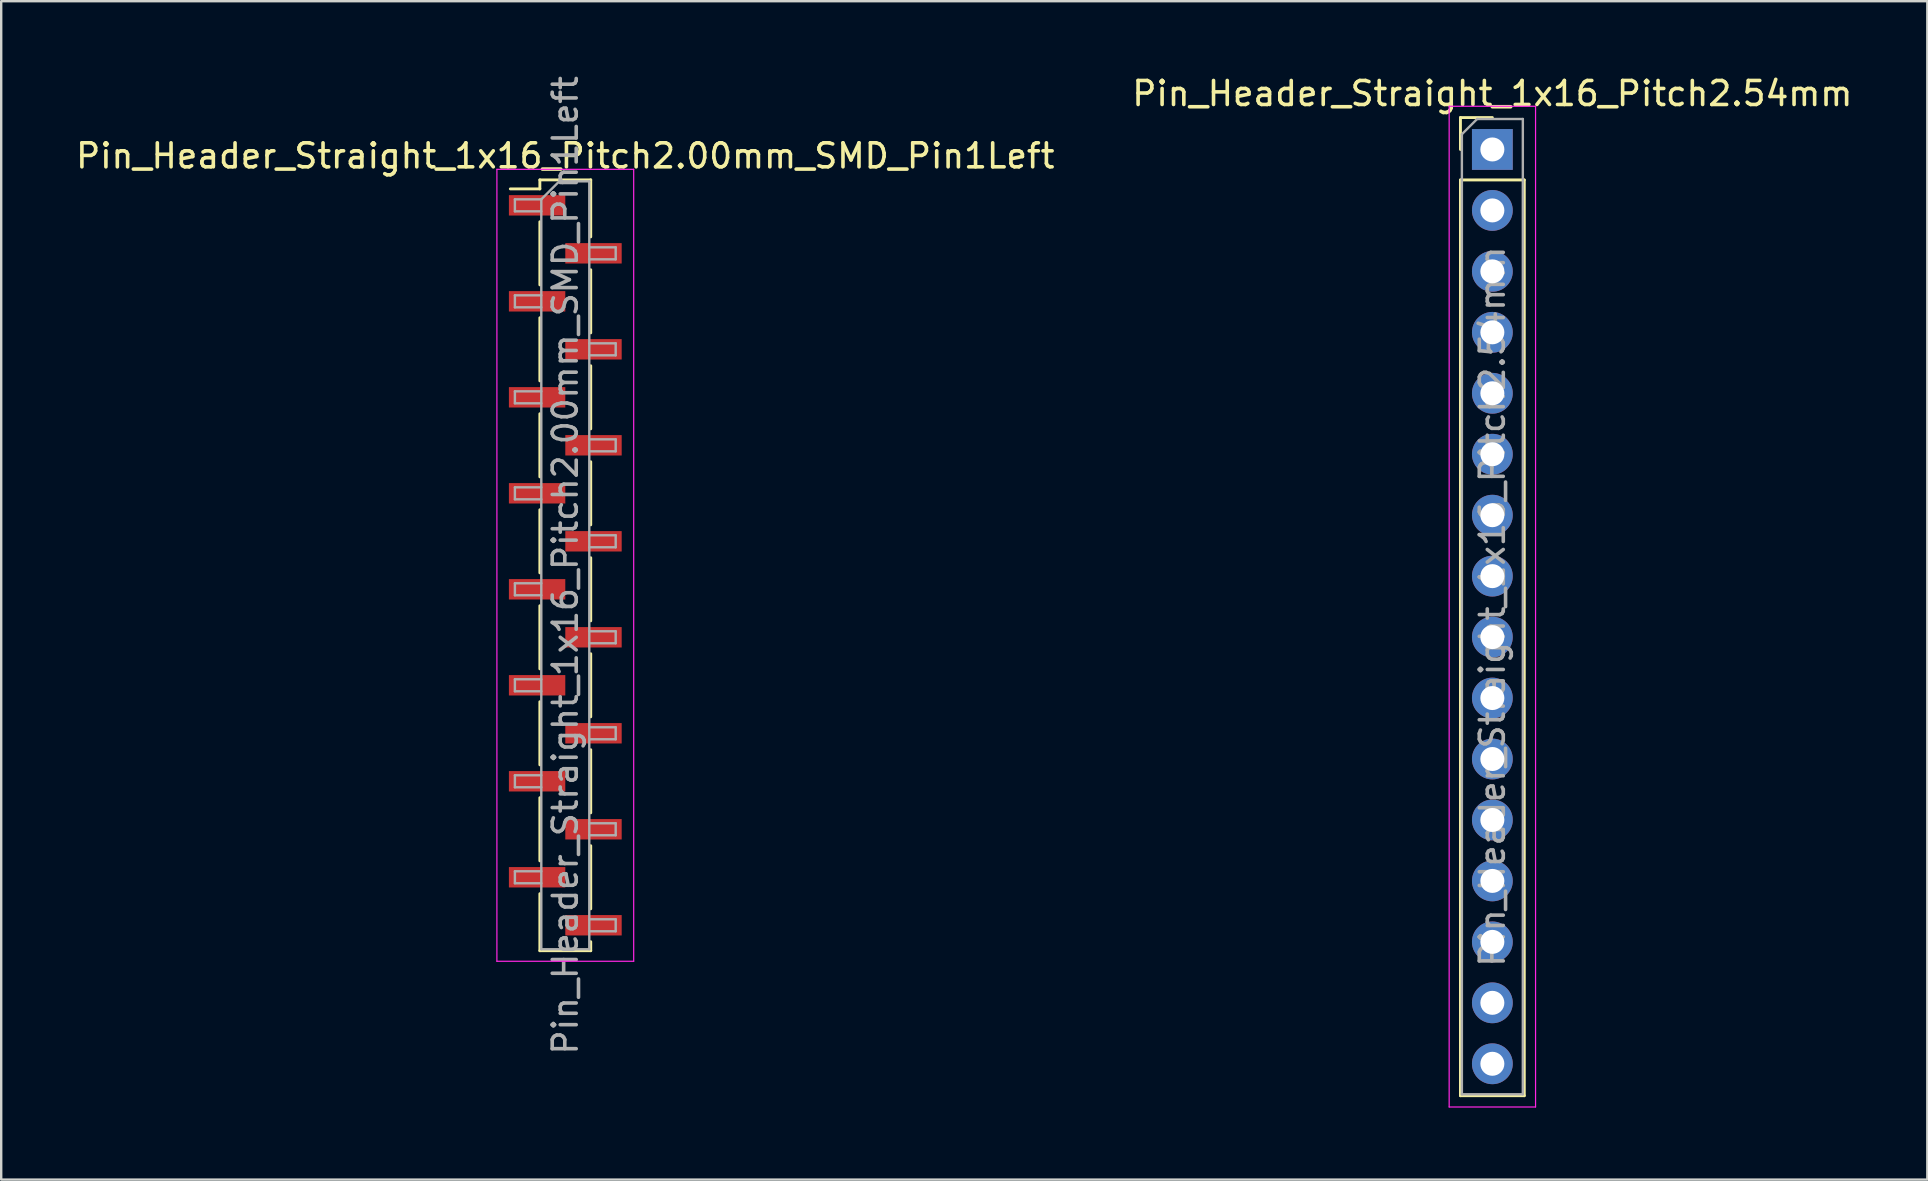
<source format=kicad_pcb>
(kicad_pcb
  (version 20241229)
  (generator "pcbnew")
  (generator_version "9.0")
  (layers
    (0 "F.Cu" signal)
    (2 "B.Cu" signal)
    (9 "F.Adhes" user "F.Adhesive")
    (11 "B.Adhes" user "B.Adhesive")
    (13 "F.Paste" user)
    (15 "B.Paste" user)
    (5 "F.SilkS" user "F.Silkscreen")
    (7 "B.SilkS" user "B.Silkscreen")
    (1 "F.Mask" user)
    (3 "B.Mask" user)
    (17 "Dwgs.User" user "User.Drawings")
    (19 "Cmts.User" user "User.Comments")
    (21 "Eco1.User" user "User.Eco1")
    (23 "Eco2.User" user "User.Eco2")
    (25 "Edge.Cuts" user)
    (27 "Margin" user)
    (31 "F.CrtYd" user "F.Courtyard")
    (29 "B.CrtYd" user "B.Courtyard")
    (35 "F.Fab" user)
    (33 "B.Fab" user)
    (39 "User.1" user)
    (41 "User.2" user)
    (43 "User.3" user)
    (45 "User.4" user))
  (footprint "Pin_Header_Straight_1x16_Pitch2.54mm"
    (layer "F.Cu")
    (at 59.137 3.178)
    (property "Reference" "Pin_Header_Straight_1x16_Pitch2.54mm" (at 0 -2.33 0) (layer "F.SilkS") (effects (font (size 1 1) (thickness 0.15))))
    (attr through_hole)
    (fp_line (start -1.33 -1.33) (end 0 -1.33) (stroke (width 0.12) (type solid)) (layer "F.SilkS"))
    (fp_line (start -1.33 0) (end -1.33 -1.33) (stroke (width 0.12) (type solid)) (layer "F.SilkS"))
    (fp_line (start -1.33 1.27) (end -1.33 39.43) (stroke (width 0.12) (type solid)) (layer "F.SilkS"))
    (fp_line (start -1.33 1.27) (end 1.33 1.27) (stroke (width 0.12) (type solid)) (layer "F.SilkS"))
    (fp_line (start -1.33 39.43) (end 1.33 39.43) (stroke (width 0.12) (type solid)) (layer "F.SilkS"))
    (fp_line (start 1.33 1.27) (end 1.33 39.43) (stroke (width 0.12) (type solid)) (layer "F.SilkS"))
    (fp_line (start -1.8 -1.8) (end -1.8 39.9) (stroke (width 0.05) (type solid)) (layer "F.CrtYd"))
    (fp_line (start -1.8 39.9) (end 1.8 39.9) (stroke (width 0.05) (type solid)) (layer "F.CrtYd"))
    (fp_line (start 1.8 -1.8) (end -1.8 -1.8) (stroke (width 0.05) (type solid)) (layer "F.CrtYd"))
    (fp_line (start 1.8 39.9) (end 1.8 -1.8) (stroke (width 0.05) (type solid)) (layer "F.CrtYd"))
    (fp_line (start -1.27 -0.635) (end -0.635 -1.27) (stroke (width 0.1) (type solid)) (layer "F.Fab"))
    (fp_line (start -1.27 39.37) (end -1.27 -0.635) (stroke (width 0.1) (type solid)) (layer "F.Fab"))
    (fp_line (start -0.635 -1.27) (end 1.27 -1.27) (stroke (width 0.1) (type solid)) (layer "F.Fab"))
    (fp_line (start 1.27 -1.27) (end 1.27 39.37) (stroke (width 0.1) (type solid)) (layer "F.Fab"))
    (fp_line (start 1.27 39.37) (end -1.27 39.37) (stroke (width 0.1) (type solid)) (layer "F.Fab"))
    (fp_text user "${REFERENCE}" (at 0 19.05 90) (layer "F.Fab") (effects (font (size 1 1) (thickness 0.15))))
    (pad "1" thru_hole rect (at 0 0) (size 1.7 1.7) (drill 1) (layers "*.Cu" "*.Mask"))
    (pad "2" thru_hole oval (at 0 2.54) (size 1.7 1.7) (drill 1) (layers "*.Cu" "*.Mask"))
    (pad "3" thru_hole oval (at 0 5.08) (size 1.7 1.7) (drill 1) (layers "*.Cu" "*.Mask"))
    (pad "4" thru_hole oval (at 0 7.62) (size 1.7 1.7) (drill 1) (layers "*.Cu" "*.Mask"))
    (pad "5" thru_hole oval (at 0 10.16) (size 1.7 1.7) (drill 1) (layers "*.Cu" "*.Mask"))
    (pad "6" thru_hole oval (at 0 12.7) (size 1.7 1.7) (drill 1) (layers "*.Cu" "*.Mask"))
    (pad "7" thru_hole oval (at 0 15.24) (size 1.7 1.7) (drill 1) (layers "*.Cu" "*.Mask"))
    (pad "8" thru_hole oval (at 0 17.78) (size 1.7 1.7) (drill 1) (layers "*.Cu" "*.Mask"))
    (pad "9" thru_hole oval (at 0 20.32) (size 1.7 1.7) (drill 1) (layers "*.Cu" "*.Mask"))
    (pad "10" thru_hole oval (at 0 22.86) (size 1.7 1.7) (drill 1) (layers "*.Cu" "*.Mask"))
    (pad "11" thru_hole oval (at 0 25.4) (size 1.7 1.7) (drill 1) (layers "*.Cu" "*.Mask"))
    (pad "12" thru_hole oval (at 0 27.94) (size 1.7 1.7) (drill 1) (layers "*.Cu" "*.Mask"))
    (pad "13" thru_hole oval (at 0 30.48) (size 1.7 1.7) (drill 1) (layers "*.Cu" "*.Mask"))
    (pad "14" thru_hole oval (at 0 33.02) (size 1.7 1.7) (drill 1) (layers "*.Cu" "*.Mask"))
    (pad "15" thru_hole oval (at 0 35.56) (size 1.7 1.7) (drill 1) (layers "*.Cu" "*.Mask"))
    (pad "16" thru_hole oval (at 0 38.1) (size 1.7 1.7) (drill 1) (layers "*.Cu" "*.Mask")))
  (footprint "Pin_Header_Straight_1x16_Pitch2.00mm_SMD_Pin1Left"
    (layer "F.Cu")
    (at 20.506 20.506)
    (property "Reference" "Pin_Header_Straight_1x16_Pitch2.00mm_SMD_Pin1Left" (at 0 -17.06 0) (layer "F.SilkS") (effects (font (size 1 1) (thickness 0.15))))
    (attr smd)
    (fp_line (start -1.06 -16.06) (end -1.06 -15.685) (stroke (width 0.12) (type solid)) (layer "F.SilkS"))
    (fp_line (start -1.06 -16.06) (end 1.06 -16.06) (stroke (width 0.12) (type solid)) (layer "F.SilkS"))
    (fp_line (start -1.06 -15.685) (end -2.29 -15.685) (stroke (width 0.12) (type solid)) (layer "F.SilkS"))
    (fp_line (start -1.06 -14.315) (end -1.06 -11.685) (stroke (width 0.12) (type solid)) (layer "F.SilkS"))
    (fp_line (start -1.06 -10.315) (end -1.06 -7.685) (stroke (width 0.12) (type solid)) (layer "F.SilkS"))
    (fp_line (start -1.06 -6.315) (end -1.06 -3.685) (stroke (width 0.12) (type solid)) (layer "F.SilkS"))
    (fp_line (start -1.06 -2.315) (end -1.06 0.315) (stroke (width 0.12) (type solid)) (layer "F.SilkS"))
    (fp_line (start -1.06 1.685) (end -1.06 4.315) (stroke (width 0.12) (type solid)) (layer "F.SilkS"))
    (fp_line (start -1.06 5.685) (end -1.06 8.315) (stroke (width 0.12) (type solid)) (layer "F.SilkS"))
    (fp_line (start -1.06 9.685) (end -1.06 12.315) (stroke (width 0.12) (type solid)) (layer "F.SilkS"))
    (fp_line (start -1.06 13.685) (end -1.06 16.06) (stroke (width 0.12) (type solid)) (layer "F.SilkS"))
    (fp_line (start -1.06 16.06) (end 1.06 16.06) (stroke (width 0.12) (type solid)) (layer "F.SilkS"))
    (fp_line (start 1.06 -16.06) (end 1.06 -13.685) (stroke (width 0.12) (type solid)) (layer "F.SilkS"))
    (fp_line (start 1.06 -12.315) (end 1.06 -9.685) (stroke (width 0.12) (type solid)) (layer "F.SilkS"))
    (fp_line (start 1.06 -8.315) (end 1.06 -5.685) (stroke (width 0.12) (type solid)) (layer "F.SilkS"))
    (fp_line (start 1.06 -4.315) (end 1.06 -1.685) (stroke (width 0.12) (type solid)) (layer "F.SilkS"))
    (fp_line (start 1.06 -0.315) (end 1.06 2.315) (stroke (width 0.12) (type solid)) (layer "F.SilkS"))
    (fp_line (start 1.06 3.685) (end 1.06 6.315) (stroke (width 0.12) (type solid)) (layer "F.SilkS"))
    (fp_line (start 1.06 7.685) (end 1.06 10.315) (stroke (width 0.12) (type solid)) (layer "F.SilkS"))
    (fp_line (start 1.06 11.685) (end 1.06 14.315) (stroke (width 0.12) (type solid)) (layer "F.SilkS"))
    (fp_line (start 1.06 15.685) (end 1.06 16.06) (stroke (width 0.12) (type solid)) (layer "F.SilkS"))
    (fp_line (start -2.85 -16.5) (end -2.85 16.5) (stroke (width 0.05) (type solid)) (layer "F.CrtYd"))
    (fp_line (start -2.85 16.5) (end 2.85 16.5) (stroke (width 0.05) (type solid)) (layer "F.CrtYd"))
    (fp_line (start 2.85 -16.5) (end -2.85 -16.5) (stroke (width 0.05) (type solid)) (layer "F.CrtYd"))
    (fp_line (start 2.85 16.5) (end 2.85 -16.5) (stroke (width 0.05) (type solid)) (layer "F.CrtYd"))
    (fp_line (start -2.1 -15.25) (end -2.1 -14.75) (stroke (width 0.1) (type solid)) (layer "F.Fab"))
    (fp_line (start -2.1 -14.75) (end -1 -14.75) (stroke (width 0.1) (type solid)) (layer "F.Fab"))
    (fp_line (start -2.1 -11.25) (end -2.1 -10.75) (stroke (width 0.1) (type solid)) (layer "F.Fab"))
    (fp_line (start -2.1 -10.75) (end -1 -10.75) (stroke (width 0.1) (type solid)) (layer "F.Fab"))
    (fp_line (start -2.1 -7.25) (end -2.1 -6.75) (stroke (width 0.1) (type solid)) (layer "F.Fab"))
    (fp_line (start -2.1 -6.75) (end -1 -6.75) (stroke (width 0.1) (type solid)) (layer "F.Fab"))
    (fp_line (start -2.1 -3.25) (end -2.1 -2.75) (stroke (width 0.1) (type solid)) (layer "F.Fab"))
    (fp_line (start -2.1 -2.75) (end -1 -2.75) (stroke (width 0.1) (type solid)) (layer "F.Fab"))
    (fp_line (start -2.1 0.75) (end -2.1 1.25) (stroke (width 0.1) (type solid)) (layer "F.Fab"))
    (fp_line (start -2.1 1.25) (end -1 1.25) (stroke (width 0.1) (type solid)) (layer "F.Fab"))
    (fp_line (start -2.1 4.75) (end -2.1 5.25) (stroke (width 0.1) (type solid)) (layer "F.Fab"))
    (fp_line (start -2.1 5.25) (end -1 5.25) (stroke (width 0.1) (type solid)) (layer "F.Fab"))
    (fp_line (start -2.1 8.75) (end -2.1 9.25) (stroke (width 0.1) (type solid)) (layer "F.Fab"))
    (fp_line (start -2.1 9.25) (end -1 9.25) (stroke (width 0.1) (type solid)) (layer "F.Fab"))
    (fp_line (start -2.1 12.75) (end -2.1 13.25) (stroke (width 0.1) (type solid)) (layer "F.Fab"))
    (fp_line (start -2.1 13.25) (end -1 13.25) (stroke (width 0.1) (type solid)) (layer "F.Fab"))
    (fp_line (start -1 -15.25) (end -2.1 -15.25) (stroke (width 0.1) (type solid)) (layer "F.Fab"))
    (fp_line (start -1 -15.25) (end -0.25 -16) (stroke (width 0.1) (type solid)) (layer "F.Fab"))
    (fp_line (start -1 -11.25) (end -2.1 -11.25) (stroke (width 0.1) (type solid)) (layer "F.Fab"))
    (fp_line (start -1 -7.25) (end -2.1 -7.25) (stroke (width 0.1) (type solid)) (layer "F.Fab"))
    (fp_line (start -1 -3.25) (end -2.1 -3.25) (stroke (width 0.1) (type solid)) (layer "F.Fab"))
    (fp_line (start -1 0.75) (end -2.1 0.75) (stroke (width 0.1) (type solid)) (layer "F.Fab"))
    (fp_line (start -1 4.75) (end -2.1 4.75) (stroke (width 0.1) (type solid)) (layer "F.Fab"))
    (fp_line (start -1 8.75) (end -2.1 8.75) (stroke (width 0.1) (type solid)) (layer "F.Fab"))
    (fp_line (start -1 12.75) (end -2.1 12.75) (stroke (width 0.1) (type solid)) (layer "F.Fab"))
    (fp_line (start -1 16) (end -1 -15.25) (stroke (width 0.1) (type solid)) (layer "F.Fab"))
    (fp_line (start -0.25 -16) (end 1 -16) (stroke (width 0.1) (type solid)) (layer "F.Fab"))
    (fp_line (start 1 -16) (end 1 16) (stroke (width 0.1) (type solid)) (layer "F.Fab"))
    (fp_line (start 1 -13.25) (end 2.1 -13.25) (stroke (width 0.1) (type solid)) (layer "F.Fab"))
    (fp_line (start 1 -9.25) (end 2.1 -9.25) (stroke (width 0.1) (type solid)) (layer "F.Fab"))
    (fp_line (start 1 -5.25) (end 2.1 -5.25) (stroke (width 0.1) (type solid)) (layer "F.Fab"))
    (fp_line (start 1 -1.25) (end 2.1 -1.25) (stroke (width 0.1) (type solid)) (layer "F.Fab"))
    (fp_line (start 1 2.75) (end 2.1 2.75) (stroke (width 0.1) (type solid)) (layer "F.Fab"))
    (fp_line (start 1 6.75) (end 2.1 6.75) (stroke (width 0.1) (type solid)) (layer "F.Fab"))
    (fp_line (start 1 10.75) (end 2.1 10.75) (stroke (width 0.1) (type solid)) (layer "F.Fab"))
    (fp_line (start 1 14.75) (end 2.1 14.75) (stroke (width 0.1) (type solid)) (layer "F.Fab"))
    (fp_line (start 1 16) (end -1 16) (stroke (width 0.1) (type solid)) (layer "F.Fab"))
    (fp_line (start 2.1 -13.25) (end 2.1 -12.75) (stroke (width 0.1) (type solid)) (layer "F.Fab"))
    (fp_line (start 2.1 -12.75) (end 1 -12.75) (stroke (width 0.1) (type solid)) (layer "F.Fab"))
    (fp_line (start 2.1 -9.25) (end 2.1 -8.75) (stroke (width 0.1) (type solid)) (layer "F.Fab"))
    (fp_line (start 2.1 -8.75) (end 1 -8.75) (stroke (width 0.1) (type solid)) (layer "F.Fab"))
    (fp_line (start 2.1 -5.25) (end 2.1 -4.75) (stroke (width 0.1) (type solid)) (layer "F.Fab"))
    (fp_line (start 2.1 -4.75) (end 1 -4.75) (stroke (width 0.1) (type solid)) (layer "F.Fab"))
    (fp_line (start 2.1 -1.25) (end 2.1 -0.75) (stroke (width 0.1) (type solid)) (layer "F.Fab"))
    (fp_line (start 2.1 -0.75) (end 1 -0.75) (stroke (width 0.1) (type solid)) (layer "F.Fab"))
    (fp_line (start 2.1 2.75) (end 2.1 3.25) (stroke (width 0.1) (type solid)) (layer "F.Fab"))
    (fp_line (start 2.1 3.25) (end 1 3.25) (stroke (width 0.1) (type solid)) (layer "F.Fab"))
    (fp_line (start 2.1 6.75) (end 2.1 7.25) (stroke (width 0.1) (type solid)) (layer "F.Fab"))
    (fp_line (start 2.1 7.25) (end 1 7.25) (stroke (width 0.1) (type solid)) (layer "F.Fab"))
    (fp_line (start 2.1 10.75) (end 2.1 11.25) (stroke (width 0.1) (type solid)) (layer "F.Fab"))
    (fp_line (start 2.1 11.25) (end 1 11.25) (stroke (width 0.1) (type solid)) (layer "F.Fab"))
    (fp_line (start 2.1 14.75) (end 2.1 15.25) (stroke (width 0.1) (type solid)) (layer "F.Fab"))
    (fp_line (start 2.1 15.25) (end 1 15.25) (stroke (width 0.1) (type solid)) (layer "F.Fab"))
    (fp_text user "${REFERENCE}" (at 0 0 90) (layer "F.Fab") (effects (font (size 1 1) (thickness 0.15))))
    (pad "1" smd rect (at -1.175 -15) (size 2.35 0.85) (layers "F.Cu" "F.Mask" "F.Paste"))
    (pad "2" smd rect (at 1.175 -13) (size 2.35 0.85) (layers "F.Cu" "F.Mask" "F.Paste"))
    (pad "3" smd rect (at -1.175 -11) (size 2.35 0.85) (layers "F.Cu" "F.Mask" "F.Paste"))
    (pad "4" smd rect (at 1.175 -9) (size 2.35 0.85) (layers "F.Cu" "F.Mask" "F.Paste"))
    (pad "5" smd rect (at -1.175 -7) (size 2.35 0.85) (layers "F.Cu" "F.Mask" "F.Paste"))
    (pad "6" smd rect (at 1.175 -5) (size 2.35 0.85) (layers "F.Cu" "F.Mask" "F.Paste"))
    (pad "7" smd rect (at -1.175 -3) (size 2.35 0.85) (layers "F.Cu" "F.Mask" "F.Paste"))
    (pad "8" smd rect (at 1.175 -1) (size 2.35 0.85) (layers "F.Cu" "F.Mask" "F.Paste"))
    (pad "9" smd rect (at -1.175 1) (size 2.35 0.85) (layers "F.Cu" "F.Mask" "F.Paste"))
    (pad "10" smd rect (at 1.175 3) (size 2.35 0.85) (layers "F.Cu" "F.Mask" "F.Paste"))
    (pad "11" smd rect (at -1.175 5) (size 2.35 0.85) (layers "F.Cu" "F.Mask" "F.Paste"))
    (pad "12" smd rect (at 1.175 7) (size 2.35 0.85) (layers "F.Cu" "F.Mask" "F.Paste"))
    (pad "13" smd rect (at -1.175 9) (size 2.35 0.85) (layers "F.Cu" "F.Mask" "F.Paste"))
    (pad "14" smd rect (at 1.175 11) (size 2.35 0.85) (layers "F.Cu" "F.Mask" "F.Paste"))
    (pad "15" smd rect (at -1.175 13) (size 2.35 0.85) (layers "F.Cu" "F.Mask" "F.Paste"))
    (pad "16" smd rect (at 1.175 15) (size 2.35 0.85) (layers "F.Cu" "F.Mask" "F.Paste")))
  (gr_rect
    (start -3 -3)
    (end 77.262 46.103)
    (stroke (width 0.1) (type default))
    (fill no)
    (layer "Edge.Cuts")))
</source>
